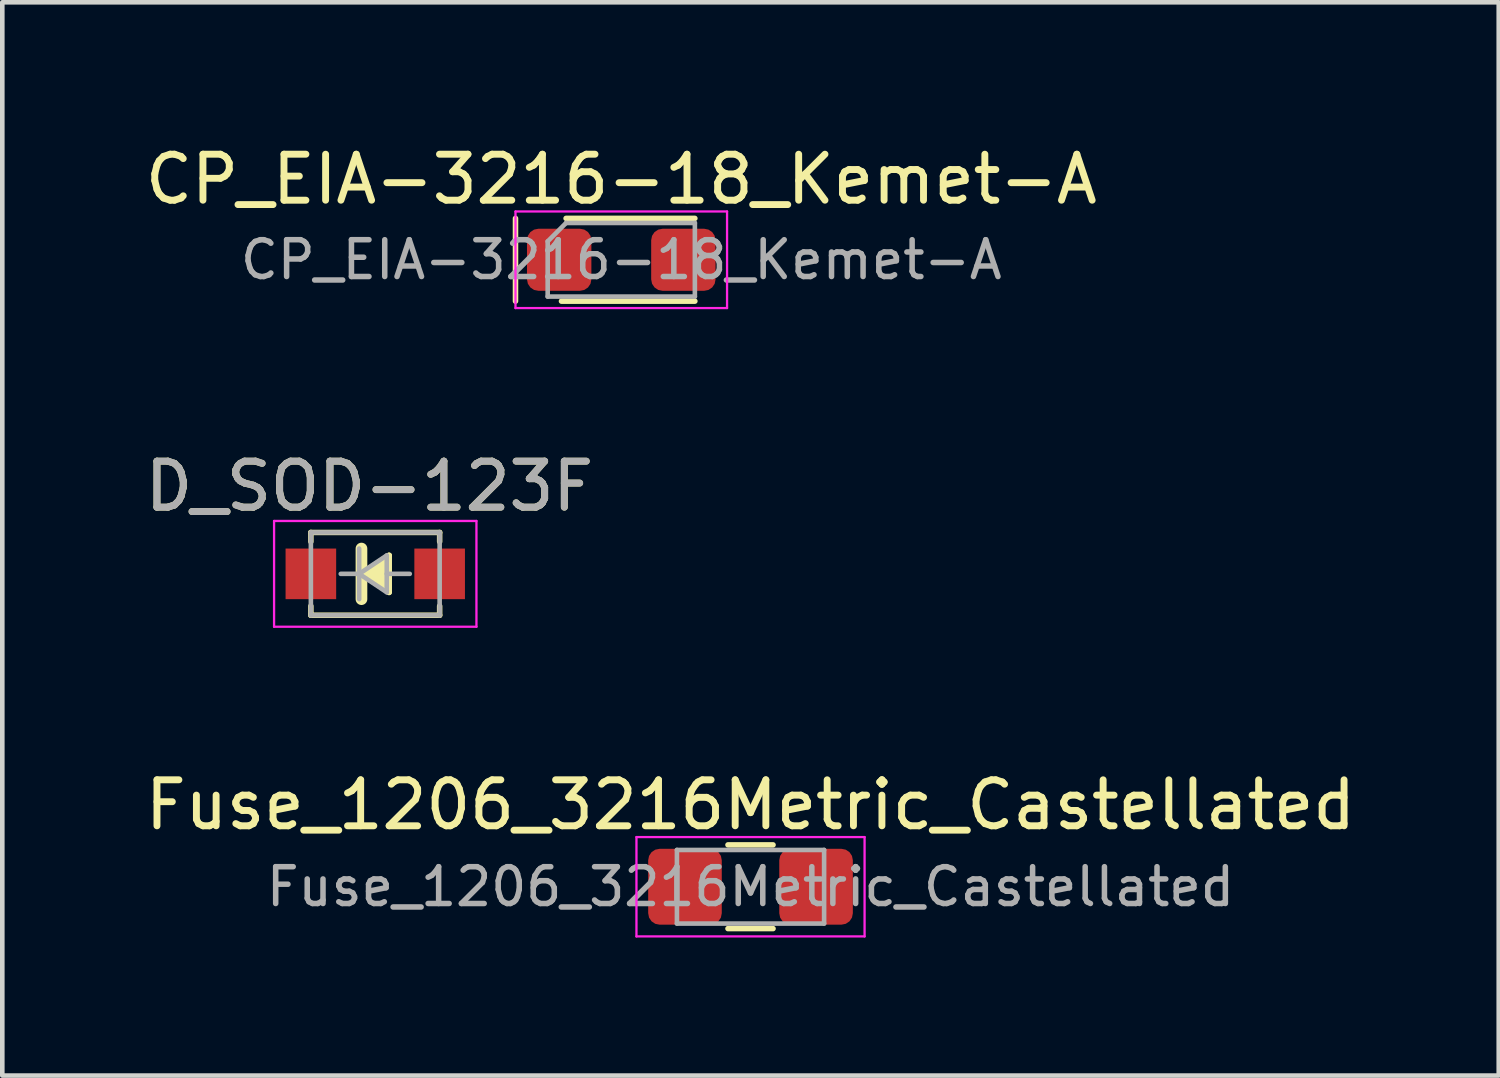
<source format=kicad_pcb>
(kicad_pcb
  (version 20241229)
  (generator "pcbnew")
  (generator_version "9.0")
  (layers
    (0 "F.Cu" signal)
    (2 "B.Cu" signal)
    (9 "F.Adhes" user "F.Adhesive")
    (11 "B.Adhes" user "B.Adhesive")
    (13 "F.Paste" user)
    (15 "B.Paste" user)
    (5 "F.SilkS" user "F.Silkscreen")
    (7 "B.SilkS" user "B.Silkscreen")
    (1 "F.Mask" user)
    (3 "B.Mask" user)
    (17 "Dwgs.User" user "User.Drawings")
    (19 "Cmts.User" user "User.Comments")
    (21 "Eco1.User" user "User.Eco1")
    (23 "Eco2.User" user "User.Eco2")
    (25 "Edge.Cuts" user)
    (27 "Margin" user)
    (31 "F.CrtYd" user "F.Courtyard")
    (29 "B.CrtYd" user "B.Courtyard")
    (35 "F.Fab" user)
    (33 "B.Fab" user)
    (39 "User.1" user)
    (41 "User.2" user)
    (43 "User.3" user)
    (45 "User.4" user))
  (footprint "D_SOD-123F"
    (layer "F.Cu")
    (at 5.109 9.427)
    (property "Reference" "D_SOD-123F" (at -0.127 -1.905 0) (layer "F.SilkS") (effects (font (size 1 1) (thickness 0.15))))
    (attr smd)
    (fp_line (start -1.4 -0.9) (end 1.4 -0.9) (stroke (width 0.12) (type solid)) (layer "F.SilkS"))
    (fp_line (start -1.4 -0.7) (end -1.4 -0.9) (stroke (width 0.12) (type solid)) (layer "F.SilkS"))
    (fp_line (start -1.4 0.9) (end -1.4 0.7) (stroke (width 0.12) (type solid)) (layer "F.SilkS"))
    (fp_line (start -0.3 0) (end -0.3 -0.55) (stroke (width 0.254) (type solid)) (layer "F.SilkS"))
    (fp_line (start -0.3 0) (end -0.3 0.55) (stroke (width 0.254) (type solid)) (layer "F.SilkS"))
    (fp_line (start -0.3 0) (end 0.3 -0.4) (stroke (width 0.127) (type solid)) (layer "F.SilkS"))
    (fp_line (start 0.3 -0.4) (end 0.3 0.4) (stroke (width 0.127) (type solid)) (layer "F.SilkS"))
    (fp_line (start 0.3 0.4) (end -0.3 0) (stroke (width 0.127) (type solid)) (layer "F.SilkS"))
    (fp_line (start 1.4 -0.9) (end 1.4 -0.7) (stroke (width 0.12) (type solid)) (layer "F.SilkS"))
    (fp_line (start 1.4 0.7) (end 1.4 0.9) (stroke (width 0.12) (type solid)) (layer "F.SilkS"))
    (fp_line (start 1.4 0.9) (end -1.4 0.9) (stroke (width 0.12) (type solid)) (layer "F.SilkS"))
    (fp_poly (pts (xy 0.3 0.4) (xy -0.3 0) (xy 0.3 -0.4)) (stroke (width 0.1) (type solid)) (fill yes) (layer "F.SilkS"))
    (fp_line (start -2.2 -1.15) (end -2.2 1.15) (stroke (width 0.05) (type solid)) (layer "F.CrtYd"))
    (fp_line (start -2.2 -1.15) (end 2.2 -1.15) (stroke (width 0.05) (type solid)) (layer "F.CrtYd"))
    (fp_line (start 2.2 -1.15) (end 2.2 1.15) (stroke (width 0.05) (type solid)) (layer "F.CrtYd"))
    (fp_line (start 2.2 1.15) (end -2.2 1.15) (stroke (width 0.05) (type solid)) (layer "F.CrtYd"))
    (fp_line (start -1.4 -0.9) (end 1.4 -0.9) (stroke (width 0.1) (type solid)) (layer "F.Fab"))
    (fp_line (start -1.4 0.9) (end -1.4 -0.9) (stroke (width 0.1) (type solid)) (layer "F.Fab"))
    (fp_line (start -0.75 0) (end -0.35 0) (stroke (width 0.1) (type solid)) (layer "F.Fab"))
    (fp_line (start -0.35 0) (end -0.35 -0.55) (stroke (width 0.1) (type solid)) (layer "F.Fab"))
    (fp_line (start -0.35 0) (end -0.35 0.55) (stroke (width 0.1) (type solid)) (layer "F.Fab"))
    (fp_line (start -0.35 0) (end 0.25 -0.4) (stroke (width 0.1) (type solid)) (layer "F.Fab"))
    (fp_line (start 0.25 -0.4) (end 0.25 0.4) (stroke (width 0.1) (type solid)) (layer "F.Fab"))
    (fp_line (start 0.25 0) (end 0.75 0) (stroke (width 0.1) (type solid)) (layer "F.Fab"))
    (fp_line (start 0.25 0.4) (end -0.35 0) (stroke (width 0.1) (type solid)) (layer "F.Fab"))
    (fp_line (start 1.4 -0.9) (end 1.4 0.9) (stroke (width 0.1) (type solid)) (layer "F.Fab"))
    (fp_line (start 1.4 0.9) (end -1.4 0.9) (stroke (width 0.1) (type solid)) (layer "F.Fab"))
    (fp_text user "${REFERENCE}" (at -0.127 -1.905 0) (layer "F.Fab") (effects (font (size 1 1) (thickness 0.15))))
    (pad "1" smd rect (at -1.4 0) (size 1.1 1.1) (layers "F.Cu" "F.Mask" "F.Paste"))
    (pad "2" smd rect (at 1.4 0) (size 1.1 1.1) (layers "F.Cu" "F.Mask" "F.Paste")))
  (footprint "CP_EIA-3216-18_Kemet-A"
    (layer "F.Cu")
    (at 10.458 2.598)
    (property "Reference" "CP_EIA-3216-18_Kemet-A" (at 0 -1.75 0) (layer "F.SilkS") (effects (font (size 1 1) (thickness 0.15))))
    (attr smd)
    (fp_line (start -2.3 -0.9) (end -2.3 0.9) (stroke (width 0.12) (type solid)) (layer "F.SilkS"))
    (fp_line (start -1.3 0.9) (end 1.6 0.9) (stroke (width 0.12) (type solid)) (layer "F.SilkS"))
    (fp_line (start -1.2 -0.9) (end 1.6 -0.9) (stroke (width 0.12) (type solid)) (layer "F.SilkS"))
    (fp_line (start -2.3 -1.05) (end 2.3 -1.05) (stroke (width 0.05) (type solid)) (layer "F.CrtYd"))
    (fp_line (start -2.3 1.05) (end -2.3 -1.05) (stroke (width 0.05) (type solid)) (layer "F.CrtYd"))
    (fp_line (start 2.3 -1.05) (end 2.3 1.05) (stroke (width 0.05) (type solid)) (layer "F.CrtYd"))
    (fp_line (start 2.3 1.05) (end -2.3 1.05) (stroke (width 0.05) (type solid)) (layer "F.CrtYd"))
    (fp_line (start -1.6 -0.4) (end -1.6 0.8) (stroke (width 0.1) (type solid)) (layer "F.Fab"))
    (fp_line (start -1.6 0.8) (end 1.6 0.8) (stroke (width 0.1) (type solid)) (layer "F.Fab"))
    (fp_line (start -1.2 -0.8) (end -1.6 -0.4) (stroke (width 0.1) (type solid)) (layer "F.Fab"))
    (fp_line (start 1.6 -0.8) (end -1.2 -0.8) (stroke (width 0.1) (type solid)) (layer "F.Fab"))
    (fp_line (start 1.6 0.8) (end 1.6 -0.8) (stroke (width 0.1) (type solid)) (layer "F.Fab"))
    (fp_text user "${REFERENCE}" (at 0 0 0) (layer "F.Fab") (effects (font (size 0.8 0.8) (thickness 0.12))))
    (pad "1" smd roundrect (at -1.35 0) (size 1.4 1.35) (layers "F.Cu" "F.Mask" "F.Paste") (roundrect_rratio 0.185))
    (pad "2" smd roundrect (at 1.35 0) (size 1.4 1.35) (layers "F.Cu" "F.Mask" "F.Paste") (roundrect_rratio 0.185)))
  (footprint "Fuse_1206_3216Metric_Castellated"
    (layer "F.Cu")
    (at 13.268 16.23)
    (property "Reference" "Fuse_1206_3216Metric_Castellated" (at 0 -1.78 0) (layer "F.SilkS") (effects (font (size 1 1) (thickness 0.15))))
    (attr smd)
    (fp_line (start -0.49 -0.91) (end 0.49 -0.91) (stroke (width 0.12) (type solid)) (layer "F.SilkS"))
    (fp_line (start -0.49 0.91) (end 0.49 0.91) (stroke (width 0.12) (type solid)) (layer "F.SilkS"))
    (fp_line (start -2.48 -1.08) (end 2.48 -1.08) (stroke (width 0.05) (type solid)) (layer "F.CrtYd"))
    (fp_line (start -2.48 1.08) (end -2.48 -1.08) (stroke (width 0.05) (type solid)) (layer "F.CrtYd"))
    (fp_line (start 2.48 -1.08) (end 2.48 1.08) (stroke (width 0.05) (type solid)) (layer "F.CrtYd"))
    (fp_line (start 2.48 1.08) (end -2.48 1.08) (stroke (width 0.05) (type solid)) (layer "F.CrtYd"))
    (fp_line (start -1.6 -0.8) (end 1.6 -0.8) (stroke (width 0.1) (type solid)) (layer "F.Fab"))
    (fp_line (start -1.6 0.8) (end -1.6 -0.8) (stroke (width 0.1) (type solid)) (layer "F.Fab"))
    (fp_line (start 1.6 -0.8) (end 1.6 0.8) (stroke (width 0.1) (type solid)) (layer "F.Fab"))
    (fp_line (start 1.6 0.8) (end -1.6 0.8) (stroke (width 0.1) (type solid)) (layer "F.Fab"))
    (fp_text user "${REFERENCE}" (at 0 0 0) (layer "F.Fab") (effects (font (size 0.8 0.8) (thickness 0.12))))
    (pad "1" smd roundrect (at -1.425 0) (size 1.6 1.65) (layers "F.Cu" "F.Mask" "F.Paste") (roundrect_rratio 0.156))
    (pad "2" smd roundrect (at 1.425 0) (size 1.6 1.65) (layers "F.Cu" "F.Mask" "F.Paste") (roundrect_rratio 0.156)))
  (gr_rect
    (start -3 -3)
    (end 29.536 20.335)
    (stroke (width 0.1) (type default))
    (fill no)
    (layer "Edge.Cuts")))
</source>
